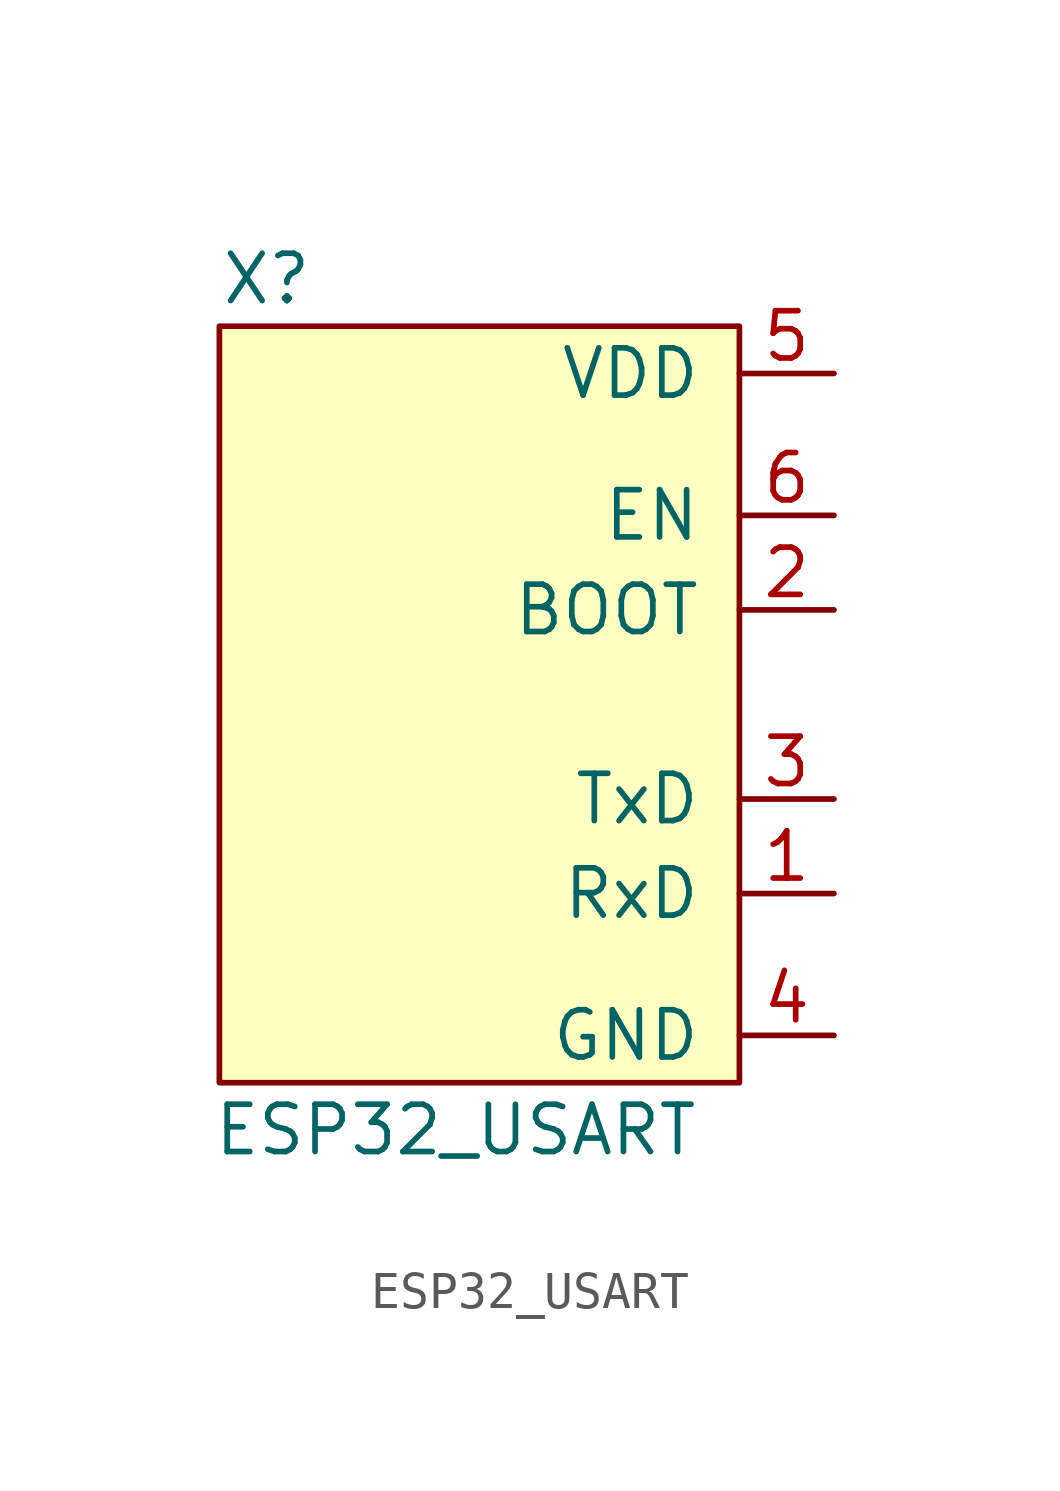
<source format=kicad_sym>
(kicad_symbol_lib
  (version 20211014)
  (generator kicad_symbol_editor)
  (symbol "ESP32_USART"
    (pin_names
      (offset 1.016))
    (property "Reference" "X"
      (at -6.35 11.43 0)
      (effects (font (size 1.27 1.27))))
    (property "Value" "ESP32_USART"
      (at -1.27 -11.43 0)
      (effects (font (size 1.27 1.27))))
    (symbol "ESP32_USART_0_1"
      (rectangle (start -7.62 10.16) (end 6.35 -10.16) (stroke (width 0) (type default) (color 0 0 0 0)) (fill (type background))))
    (symbol "ESP32_USART_1_1"
      (pin input line (at 8.89 -5.08 180) (length 2.54) (name "RxD" (effects (font (size 1.27 1.27)))) (number "1" (effects (font (size 1.27 1.27)))))
      (pin input line (at 8.89 2.54 180) (length 2.54) (name "BOOT" (effects (font (size 1.27 1.27)))) (number "2" (effects (font (size 1.27 1.27)))))
      (pin output line (at 8.89 -2.54 180) (length 2.54) (name "TxD" (effects (font (size 1.27 1.27)))) (number "3" (effects (font (size 1.27 1.27)))))
      (pin passive line (at 8.89 -8.89 180) (length 2.54) (name "GND" (effects (font (size 1.27 1.27)))) (number "4" (effects (font (size 1.27 1.27)))))
      (pin passive line (at 8.89 8.89 180) (length 2.54) (name "VDD" (effects (font (size 1.27 1.27)))) (number "5" (effects (font (size 1.27 1.27)))))
      (pin output line (at 8.89 5.08 180) (length 2.54) (name "EN" (effects (font (size 1.27 1.27)))) (number "6" (effects (font (size 1.27 1.27))))))))
</source>
